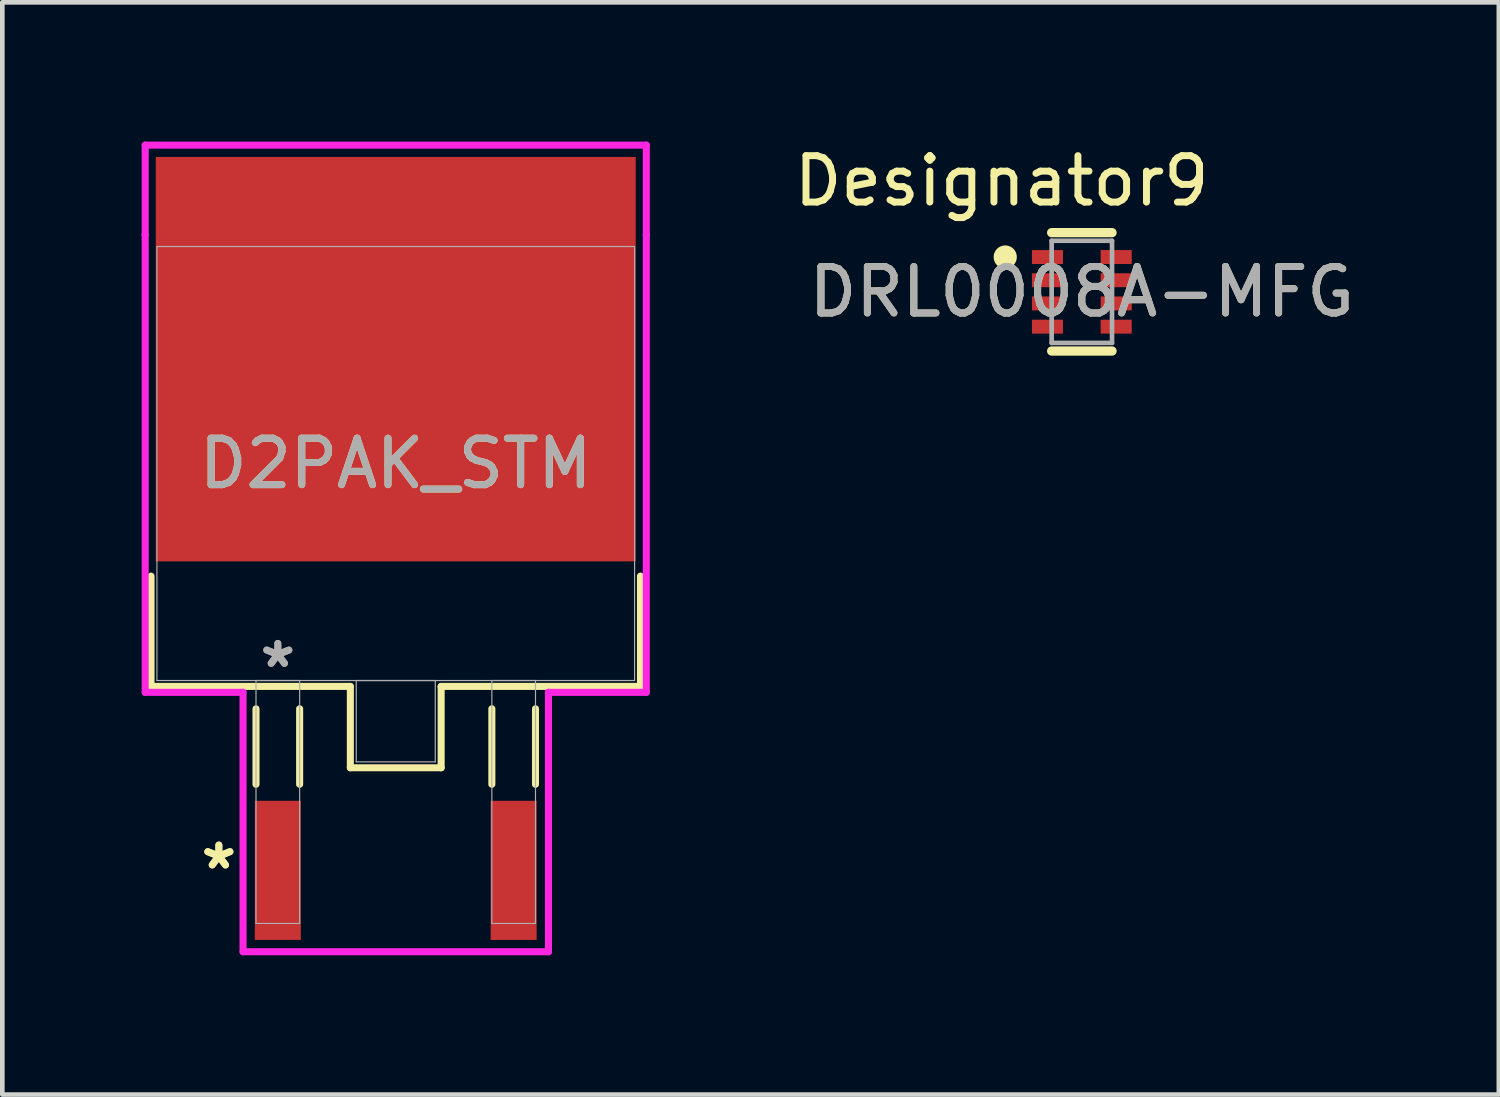
<source format=kicad_pcb>
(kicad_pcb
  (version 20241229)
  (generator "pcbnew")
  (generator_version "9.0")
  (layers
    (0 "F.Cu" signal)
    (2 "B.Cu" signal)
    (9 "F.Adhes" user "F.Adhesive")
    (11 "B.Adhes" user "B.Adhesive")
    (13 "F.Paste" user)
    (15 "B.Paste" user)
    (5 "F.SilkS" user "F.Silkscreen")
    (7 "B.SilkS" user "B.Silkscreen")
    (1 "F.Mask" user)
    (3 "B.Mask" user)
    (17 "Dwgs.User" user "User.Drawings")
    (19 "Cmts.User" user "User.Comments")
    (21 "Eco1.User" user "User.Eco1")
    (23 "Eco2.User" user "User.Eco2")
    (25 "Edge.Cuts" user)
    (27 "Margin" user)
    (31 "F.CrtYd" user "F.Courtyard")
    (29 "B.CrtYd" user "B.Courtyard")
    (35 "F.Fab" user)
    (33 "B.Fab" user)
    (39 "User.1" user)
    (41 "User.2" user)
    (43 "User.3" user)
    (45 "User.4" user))
  (footprint "D2PAK_STM"
    (layer "F.Cu")
    (at 5.474 6.934)
    (property "Reference" "D2PAK_STM" (at 0 0 0) (unlocked yes) (layer "F.SilkS") (effects (font (size 1 1) (thickness 0.15))))
    (attr smd)
    (fp_line (start -5.271 2.425) (end -5.271 4.801) (stroke (width 0.152) (type solid)) (layer "F.SilkS"))
    (fp_line (start -5.271 4.801) (end -0.978 4.801) (stroke (width 0.152) (type solid)) (layer "F.SilkS"))
    (fp_line (start -3.01 5.283) (end -3.01 6.909) (stroke (width 0.152) (type solid)) (layer "F.SilkS"))
    (fp_line (start -2.07 5.283) (end -2.07 6.909) (stroke (width 0.152) (type solid)) (layer "F.SilkS"))
    (fp_line (start -0.978 4.801) (end -0.978 6.553) (stroke (width 0.152) (type solid)) (layer "F.SilkS"))
    (fp_line (start -0.978 6.553) (end 0.978 6.553) (stroke (width 0.152) (type solid)) (layer "F.SilkS"))
    (fp_line (start 0.978 4.801) (end 5.271 4.801) (stroke (width 0.152) (type solid)) (layer "F.SilkS"))
    (fp_line (start 0.978 6.553) (end 0.978 4.801) (stroke (width 0.152) (type solid)) (layer "F.SilkS"))
    (fp_line (start 2.07 5.283) (end 2.07 6.909) (stroke (width 0.152) (type solid)) (layer "F.SilkS"))
    (fp_line (start 3.01 5.283) (end 3.01 6.909) (stroke (width 0.152) (type solid)) (layer "F.SilkS"))
    (fp_line (start 5.271 4.801) (end 5.271 2.425) (stroke (width 0.152) (type solid)) (layer "F.SilkS"))
    (fp_line (start -5.397 -6.858) (end 5.397 -6.858) (stroke (width 0.152) (type solid)) (layer "F.CrtYd"))
    (fp_line (start -5.397 -4.928) (end -5.397 -6.858) (stroke (width 0.152) (type solid)) (layer "F.CrtYd"))
    (fp_line (start -5.397 -4.928) (end -5.397 -4.928) (stroke (width 0.152) (type solid)) (layer "F.CrtYd"))
    (fp_line (start -5.397 4.928) (end -5.397 -4.928) (stroke (width 0.152) (type solid)) (layer "F.CrtYd"))
    (fp_line (start -3.289 4.928) (end -5.397 4.928) (stroke (width 0.152) (type solid)) (layer "F.CrtYd"))
    (fp_line (start -3.289 10.516) (end -3.289 4.928) (stroke (width 0.152) (type solid)) (layer "F.CrtYd"))
    (fp_line (start 3.289 4.928) (end 3.289 10.516) (stroke (width 0.152) (type solid)) (layer "F.CrtYd"))
    (fp_line (start 3.289 10.516) (end -3.289 10.516) (stroke (width 0.152) (type solid)) (layer "F.CrtYd"))
    (fp_line (start 5.397 -6.858) (end 5.397 -4.928) (stroke (width 0.152) (type solid)) (layer "F.CrtYd"))
    (fp_line (start 5.397 -4.928) (end 5.397 -4.928) (stroke (width 0.152) (type solid)) (layer "F.CrtYd"))
    (fp_line (start 5.397 -4.928) (end 5.397 4.928) (stroke (width 0.152) (type solid)) (layer "F.CrtYd"))
    (fp_line (start 5.397 4.928) (end 3.289 4.928) (stroke (width 0.152) (type solid)) (layer "F.CrtYd"))
    (fp_line (start -5.144 -4.674) (end -5.144 4.674) (stroke (width 0.025) (type solid)) (layer "F.Fab"))
    (fp_line (start -5.144 4.674) (end 5.144 4.674) (stroke (width 0.025) (type solid)) (layer "F.Fab"))
    (fp_line (start -3.01 4.674) (end -3.01 9.906) (stroke (width 0.025) (type solid)) (layer "F.Fab"))
    (fp_line (start -3.01 9.906) (end -2.07 9.906) (stroke (width 0.025) (type solid)) (layer "F.Fab"))
    (fp_line (start -2.07 4.674) (end -3.01 4.674) (stroke (width 0.025) (type solid)) (layer "F.Fab"))
    (fp_line (start -2.07 9.906) (end -2.07 4.674) (stroke (width 0.025) (type solid)) (layer "F.Fab"))
    (fp_line (start -0.851 4.674) (end -0.851 6.426) (stroke (width 0.025) (type solid)) (layer "F.Fab"))
    (fp_line (start -0.851 6.426) (end 0.851 6.426) (stroke (width 0.025) (type solid)) (layer "F.Fab"))
    (fp_line (start 0.851 4.674) (end -0.851 4.674) (stroke (width 0.025) (type solid)) (layer "F.Fab"))
    (fp_line (start 0.851 6.426) (end 0.851 4.674) (stroke (width 0.025) (type solid)) (layer "F.Fab"))
    (fp_line (start 2.07 4.674) (end 2.07 9.906) (stroke (width 0.025) (type solid)) (layer "F.Fab"))
    (fp_line (start 2.07 9.906) (end 3.01 9.906) (stroke (width 0.025) (type solid)) (layer "F.Fab"))
    (fp_line (start 3.01 4.674) (end 2.07 4.674) (stroke (width 0.025) (type solid)) (layer "F.Fab"))
    (fp_line (start 3.01 9.906) (end 3.01 4.674) (stroke (width 0.025) (type solid)) (layer "F.Fab"))
    (fp_line (start 5.144 -4.674) (end -5.144 -4.674) (stroke (width 0.025) (type solid)) (layer "F.Fab"))
    (fp_line (start 5.144 4.674) (end 5.144 -4.674) (stroke (width 0.025) (type solid)) (layer "F.Fab"))
    (fp_text user "*" (at -3.81 8.763 0) (unlocked yes) (layer "F.SilkS") (effects (font (size 1 1) (thickness 0.15))))
    (fp_text user "*" (at -3.81 8.763 0) (layer "F.SilkS") (effects (font (size 1 1) (thickness 0.15))))
    (fp_text user "*" (at -2.54 4.42 0) (unlocked yes) (layer "F.Fab") (effects (font (size 1 1) (thickness 0.15))))
    (fp_text user "${REFERENCE}" (at 0 0 0) (unlocked yes) (layer "F.Fab") (effects (font (size 1 1) (thickness 0.15))))
    (fp_text user "*" (at -2.54 4.42 0) (layer "F.Fab") (effects (font (size 1 1) (thickness 0.15))))
    (pad "1" smd rect (at -2.54 8.763) (size 0.991 2.997) (layers "F.Cu" "F.Mask" "F.Paste"))
    (pad "2" smd rect (at 2.54 8.763) (size 0.991 2.997) (layers "F.Cu" "F.Mask" "F.Paste"))
    (pad "3" smd rect (at 0 -2.248) (size 10.338 8.712) (layers "F.Cu" "F.Mask" "F.Paste")))
  (footprint "DRL0008A-MFG"
    (layer "F.Cu")
    (at 20.252 3.236)
    (property "Reference" "DRL0008A-MFG" (at 0 0 0) (unlocked yes) (layer "F.SilkS") (effects (font (size 1 1) (thickness 0.15))))
    (attr smd)
    (fp_line (start -0.65 -1.275) (end 0.65 -1.275) (stroke (width 0.2) (type solid)) (layer "F.SilkS"))
    (fp_line (start -0.65 1.275) (end 0.65 1.275) (stroke (width 0.2) (type solid)) (layer "F.SilkS"))
    (fp_circle (center -1.65 -0.75) (end -1.525 -0.75) (stroke (width 0.25) (type solid)) (fill no) (layer "F.SilkS"))
    (fp_line (start -0.65 -1.1) (end 0.65 -1.1) (stroke (width 0.1) (type solid)) (layer "F.Fab"))
    (fp_line (start -0.65 1.1) (end -0.65 -1.1) (stroke (width 0.1) (type solid)) (layer "F.Fab"))
    (fp_line (start -0.65 1.1) (end 0.65 1.1) (stroke (width 0.1) (type solid)) (layer "F.Fab"))
    (fp_line (start 0.65 1.1) (end 0.65 -1.1) (stroke (width 0.1) (type solid)) (layer "F.Fab"))
    (fp_text user "Designator9" (at -1.727 -2.388 0) (unlocked yes) (layer "F.SilkS") (effects (font (size 1 1) (thickness 0.15))))
    (fp_text user "${REFERENCE}" (at 0 0 0) (unlocked yes) (layer "F.Fab") (effects (font (size 1 1) (thickness 0.15))))
    (pad "1" smd rect (at -0.74 -0.75) (size 0.67 0.3) (layers "F.Cu" "F.Mask" "F.Paste"))
    (pad "2" smd rect (at -0.74 -0.25) (size 0.67 0.3) (layers "F.Cu" "F.Mask" "F.Paste"))
    (pad "3" smd rect (at -0.74 0.25) (size 0.67 0.3) (layers "F.Cu" "F.Mask" "F.Paste"))
    (pad "4" smd rect (at -0.74 0.75) (size 0.67 0.3) (layers "F.Cu" "F.Mask" "F.Paste"))
    (pad "5" smd rect (at 0.74 0.75) (size 0.67 0.3) (layers "F.Cu" "F.Mask" "F.Paste"))
    (pad "6" smd rect (at 0.74 0.25) (size 0.67 0.3) (layers "F.Cu" "F.Mask" "F.Paste"))
    (pad "7" smd rect (at 0.74 -0.25) (size 0.67 0.3) (layers "F.Cu" "F.Mask" "F.Paste"))
    (pad "8" smd rect (at 0.74 -0.75) (size 0.67 0.3) (layers "F.Cu" "F.Mask" "F.Paste")))
  (gr_rect
    (start -3 -3)
    (end 29.234 20.526)
    (stroke (width 0.1) (type default))
    (fill no)
    (layer "Edge.Cuts")))
</source>
